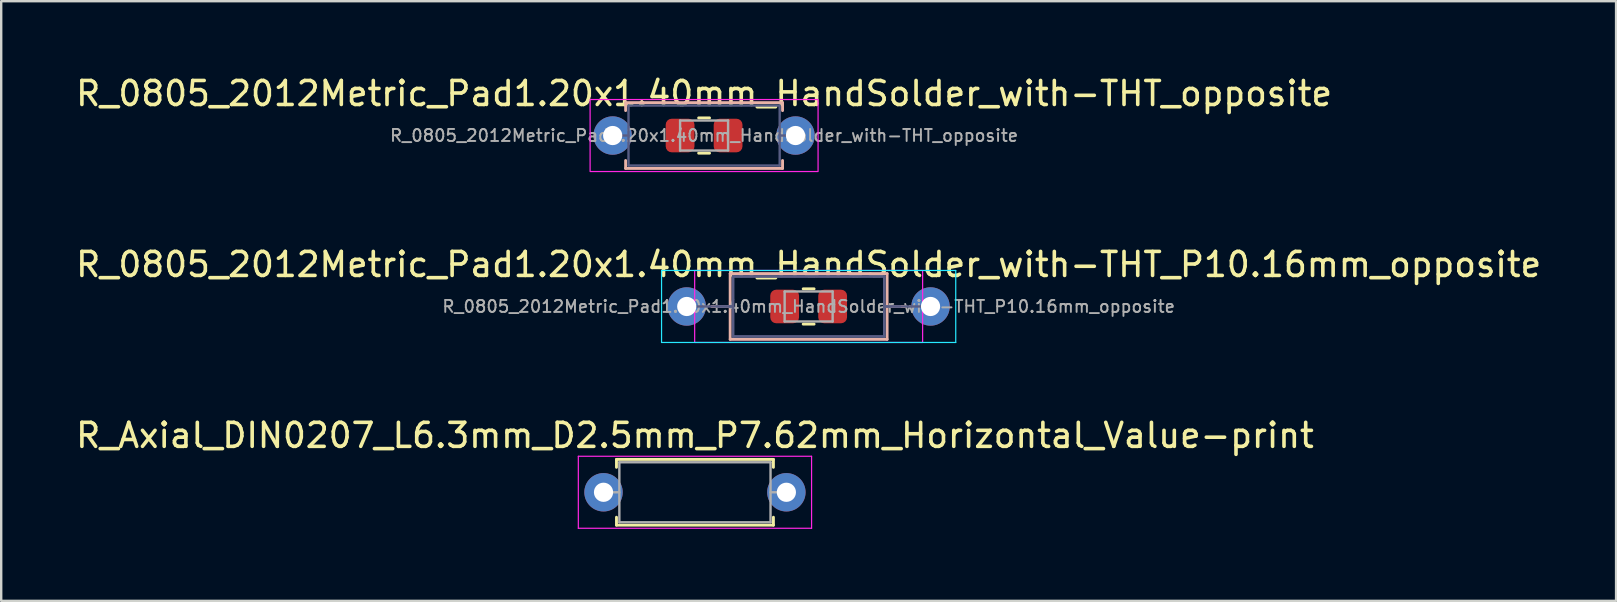
<source format=kicad_pcb>
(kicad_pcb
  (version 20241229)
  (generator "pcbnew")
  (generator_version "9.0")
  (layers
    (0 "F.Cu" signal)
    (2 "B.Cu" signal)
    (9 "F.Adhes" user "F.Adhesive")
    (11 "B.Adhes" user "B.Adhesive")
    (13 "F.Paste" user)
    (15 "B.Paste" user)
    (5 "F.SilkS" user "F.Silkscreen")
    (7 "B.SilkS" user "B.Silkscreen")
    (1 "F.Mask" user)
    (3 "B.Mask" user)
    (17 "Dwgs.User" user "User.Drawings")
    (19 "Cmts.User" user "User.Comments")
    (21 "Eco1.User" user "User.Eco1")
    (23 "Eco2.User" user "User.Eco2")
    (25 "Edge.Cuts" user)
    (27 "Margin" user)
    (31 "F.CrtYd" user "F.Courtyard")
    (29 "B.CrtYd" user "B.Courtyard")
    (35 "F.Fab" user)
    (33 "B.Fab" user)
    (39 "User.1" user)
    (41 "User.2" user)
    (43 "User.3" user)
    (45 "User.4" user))
  (footprint "R_0805_2012Metric_Pad1.20x1.40mm_HandSolder_with-THT_opposite"
    (layer "F.Cu")
    (at 26.292 2.598)
    (property "Reference" "R_0805_2012Metric_Pad1.20x1.40mm_HandSolder_with-THT_opposite" (at 0 -1.75 0) (layer "F.SilkS") (effects (font (size 1 1) (thickness 0.15))))
    (attr smd)
    (fp_line (start -0.227 -0.735) (end 0.227 -0.735) (stroke (width 0.12) (type solid)) (layer "F.SilkS"))
    (fp_line (start -0.227 0.735) (end 0.227 0.735) (stroke (width 0.12) (type solid)) (layer "F.SilkS"))
    (fp_line (start -3.27 -1.37) (end 3.27 -1.37) (stroke (width 0.12) (type solid)) (layer "B.SilkS"))
    (fp_line (start -3.27 -1.04) (end -3.27 -1.37) (stroke (width 0.12) (type solid)) (layer "B.SilkS"))
    (fp_line (start -3.27 1.04) (end -3.27 1.37) (stroke (width 0.12) (type solid)) (layer "B.SilkS"))
    (fp_line (start -3.27 1.37) (end 3.27 1.37) (stroke (width 0.12) (type solid)) (layer "B.SilkS"))
    (fp_line (start 3.27 -1.37) (end 3.27 -1.04) (stroke (width 0.12) (type solid)) (layer "B.SilkS"))
    (fp_line (start 3.27 1.37) (end 3.27 1.04) (stroke (width 0.12) (type solid)) (layer "B.SilkS"))
    (fp_rect (start -4.75 -1.5) (end 4.75 1.5) (stroke (width 0.05) (type default)) (fill no) (layer "F.CrtYd"))
    (fp_line (start -3.15 -1.25) (end -3.15 1.25) (stroke (width 0.1) (type solid)) (layer "B.Fab"))
    (fp_line (start -3.15 0) (end -3.81 0) (stroke (width 0.1) (type solid)) (layer "B.Fab"))
    (fp_line (start -3.15 1.25) (end 3.15 1.25) (stroke (width 0.1) (type solid)) (layer "B.Fab"))
    (fp_line (start 3.15 -1.25) (end -3.15 -1.25) (stroke (width 0.1) (type solid)) (layer "B.Fab"))
    (fp_line (start 3.15 0) (end 3.81 0) (stroke (width 0.1) (type solid)) (layer "B.Fab"))
    (fp_line (start 3.15 1.25) (end 3.15 -1.25) (stroke (width 0.1) (type solid)) (layer "B.Fab"))
    (fp_line (start -1 -0.625) (end 1 -0.625) (stroke (width 0.1) (type solid)) (layer "F.Fab"))
    (fp_line (start -1 0.625) (end -1 -0.625) (stroke (width 0.1) (type solid)) (layer "F.Fab"))
    (fp_line (start 1 -0.625) (end 1 0.625) (stroke (width 0.1) (type solid)) (layer "F.Fab"))
    (fp_line (start 1 0.625) (end -1 0.625) (stroke (width 0.1) (type solid)) (layer "F.Fab"))
    (fp_text user "${REFERENCE}" (at 0 0 0) (layer "F.Fab") (effects (font (size 0.5 0.5) (thickness 0.08))))
    (pad "1" thru_hole circle (at -3.81 0) (size 1.6 1.6) (drill 0.8) (layers "*.Cu" "*.Mask"))
    (pad "1" smd roundrect (at -1 0) (size 1.2 1.4) (layers "F.Cu" "F.Mask" "F.Paste") (roundrect_rratio 0.208))
    (pad "2" smd roundrect (at 1 0) (size 1.2 1.4) (layers "F.Cu" "F.Mask" "F.Paste") (roundrect_rratio 0.208))
    (pad "2" thru_hole circle (at 3.81 0) (size 1.6 1.6) (drill 0.8) (layers "*.Cu" "*.Mask")))
  (footprint "R_Axial_DIN0207_L6.3mm_D2.5mm_P7.62mm_Horizontal_Value-print"
    (layer "F.Cu")
    (at 22.101 17.465)
    (property "Reference" "R_Axial_DIN0207_L6.3mm_D2.5mm_P7.62mm_Horizontal_Value-print" (at 3.81 -2.37 0) (layer "F.SilkS") (effects (font (size 1 1) (thickness 0.15))))
    (attr through_hole)
    (fp_line (start 0.54 -1.37) (end 7.08 -1.37) (stroke (width 0.12) (type solid)) (layer "F.SilkS"))
    (fp_line (start 0.54 -1.04) (end 0.54 -1.37) (stroke (width 0.12) (type solid)) (layer "F.SilkS"))
    (fp_line (start 0.54 1.04) (end 0.54 1.37) (stroke (width 0.12) (type solid)) (layer "F.SilkS"))
    (fp_line (start 0.54 1.37) (end 7.08 1.37) (stroke (width 0.12) (type solid)) (layer "F.SilkS"))
    (fp_line (start 7.08 -1.37) (end 7.08 -1.04) (stroke (width 0.12) (type solid)) (layer "F.SilkS"))
    (fp_line (start 7.08 1.37) (end 7.08 1.04) (stroke (width 0.12) (type solid)) (layer "F.SilkS"))
    (fp_line (start -1.05 -1.5) (end -1.05 1.5) (stroke (width 0.05) (type solid)) (layer "F.CrtYd"))
    (fp_line (start -1.05 1.5) (end 8.67 1.5) (stroke (width 0.05) (type solid)) (layer "F.CrtYd"))
    (fp_line (start 8.67 -1.5) (end -1.05 -1.5) (stroke (width 0.05) (type solid)) (layer "F.CrtYd"))
    (fp_line (start 8.67 1.5) (end 8.67 -1.5) (stroke (width 0.05) (type solid)) (layer "F.CrtYd"))
    (fp_line (start 0 0) (end 0.66 0) (stroke (width 0.1) (type solid)) (layer "F.Fab"))
    (fp_line (start 0.66 -1.25) (end 0.66 1.25) (stroke (width 0.1) (type solid)) (layer "F.Fab"))
    (fp_line (start 0.66 1.25) (end 6.96 1.25) (stroke (width 0.1) (type solid)) (layer "F.Fab"))
    (fp_line (start 6.96 -1.25) (end 0.66 -1.25) (stroke (width 0.1) (type solid)) (layer "F.Fab"))
    (fp_line (start 6.96 1.25) (end 6.96 -1.25) (stroke (width 0.1) (type solid)) (layer "F.Fab"))
    (fp_line (start 7.62 0) (end 6.96 0) (stroke (width 0.1) (type solid)) (layer "F.Fab"))
    (pad "1" thru_hole circle (at 0 0) (size 1.6 1.6) (drill 0.8) (layers "*.Cu" "*.Mask"))
    (pad "2" thru_hole oval (at 7.62 0) (size 1.6 1.6) (drill 0.8) (layers "*.Cu" "*.Mask")))
  (footprint "R_0805_2012Metric_Pad1.20x1.40mm_HandSolder_with-THT_P10.16mm_opposite"
    (layer "F.Cu")
    (at 30.649 9.722)
    (property "Reference" "R_0805_2012Metric_Pad1.20x1.40mm_HandSolder_with-THT_P10.16mm_opposite" (at 0 -1.75 0) (layer "F.SilkS") (effects (font (size 1 1) (thickness 0.15))))
    (attr smd)
    (fp_line (start -0.227 -0.735) (end 0.227 -0.735) (stroke (width 0.12) (type solid)) (layer "F.SilkS"))
    (fp_line (start -0.227 0.735) (end 0.227 0.735) (stroke (width 0.12) (type solid)) (layer "F.SilkS"))
    (fp_line (start -3.27 -1.37) (end -3.27 1.37) (stroke (width 0.12) (type solid)) (layer "B.SilkS"))
    (fp_line (start -3.27 0) (end -4.04 0) (stroke (width 0.12) (type solid)) (layer "B.SilkS"))
    (fp_line (start -3.27 1.37) (end 3.27 1.37) (stroke (width 0.12) (type solid)) (layer "B.SilkS"))
    (fp_line (start 3.27 -1.37) (end -3.27 -1.37) (stroke (width 0.12) (type solid)) (layer "B.SilkS"))
    (fp_line (start 3.27 0) (end 4.04 0) (stroke (width 0.12) (type solid)) (layer "B.SilkS"))
    (fp_line (start 3.27 1.37) (end 3.27 -1.37) (stroke (width 0.12) (type solid)) (layer "B.SilkS"))
    (fp_line (start -6.13 -1.5) (end -6.13 1.5) (stroke (width 0.05) (type solid)) (layer "B.CrtYd"))
    (fp_line (start -6.13 1.5) (end 6.13 1.5) (stroke (width 0.05) (type solid)) (layer "B.CrtYd"))
    (fp_line (start 6.13 -1.5) (end -6.13 -1.5) (stroke (width 0.05) (type solid)) (layer "B.CrtYd"))
    (fp_line (start 6.13 1.5) (end 6.13 -1.5) (stroke (width 0.05) (type solid)) (layer "B.CrtYd"))
    (fp_rect (start -4.75 -1.5) (end 4.75 1.5) (stroke (width 0.05) (type default)) (fill no) (layer "F.CrtYd"))
    (fp_line (start -3.15 -1.25) (end -3.15 1.25) (stroke (width 0.1) (type solid)) (layer "B.Fab"))
    (fp_line (start -3.15 -1.25) (end -3.15 1.25) (stroke (width 0.1) (type solid)) (layer "B.Fab"))
    (fp_line (start -3.15 0) (end -5.08 0) (stroke (width 0.1) (type solid)) (layer "B.Fab"))
    (fp_line (start -3.15 0) (end -3.81 0) (stroke (width 0.1) (type solid)) (layer "B.Fab"))
    (fp_line (start -3.15 1.25) (end 3.15 1.25) (stroke (width 0.1) (type solid)) (layer "B.Fab"))
    (fp_line (start -3.15 1.25) (end 3.15 1.25) (stroke (width 0.1) (type solid)) (layer "B.Fab"))
    (fp_line (start 3.15 -1.25) (end -3.15 -1.25) (stroke (width 0.1) (type solid)) (layer "B.Fab"))
    (fp_line (start 3.15 -1.25) (end -3.15 -1.25) (stroke (width 0.1) (type solid)) (layer "B.Fab"))
    (fp_line (start 3.15 0) (end 3.81 0) (stroke (width 0.1) (type solid)) (layer "B.Fab"))
    (fp_line (start 3.15 0) (end 5.08 0) (stroke (width 0.1) (type solid)) (layer "B.Fab"))
    (fp_line (start 3.15 1.25) (end 3.15 -1.25) (stroke (width 0.1) (type solid)) (layer "B.Fab"))
    (fp_line (start 3.15 1.25) (end 3.15 -1.25) (stroke (width 0.1) (type solid)) (layer "B.Fab"))
    (fp_line (start -1 -0.625) (end 1 -0.625) (stroke (width 0.1) (type solid)) (layer "F.Fab"))
    (fp_line (start -1 0.625) (end -1 -0.625) (stroke (width 0.1) (type solid)) (layer "F.Fab"))
    (fp_line (start 1 -0.625) (end 1 0.625) (stroke (width 0.1) (type solid)) (layer "F.Fab"))
    (fp_line (start 1 0.625) (end -1 0.625) (stroke (width 0.1) (type solid)) (layer "F.Fab"))
    (fp_text user "${REFERENCE}" (at 0 0 0) (layer "F.Fab") (effects (font (size 0.5 0.5) (thickness 0.08))))
    (pad "1" thru_hole circle (at -5.08 0 180) (size 1.6 1.6) (drill 0.8) (layers "*.Cu" "*.Mask"))
    (pad "1" smd roundrect (at -1 0) (size 1.2 1.4) (layers "F.Cu" "F.Mask" "F.Paste") (roundrect_rratio 0.208))
    (pad "2" smd roundrect (at 1 0) (size 1.2 1.4) (layers "F.Cu" "F.Mask" "F.Paste") (roundrect_rratio 0.208))
    (pad "2" thru_hole oval (at 5.08 0 180) (size 1.6 1.6) (drill 0.8) (layers "*.Cu" "*.Mask")))
  (gr_rect
    (start -3 -3)
    (end 64.298 21.99)
    (stroke (width 0.1) (type default))
    (fill no)
    (layer "Edge.Cuts")))
</source>
